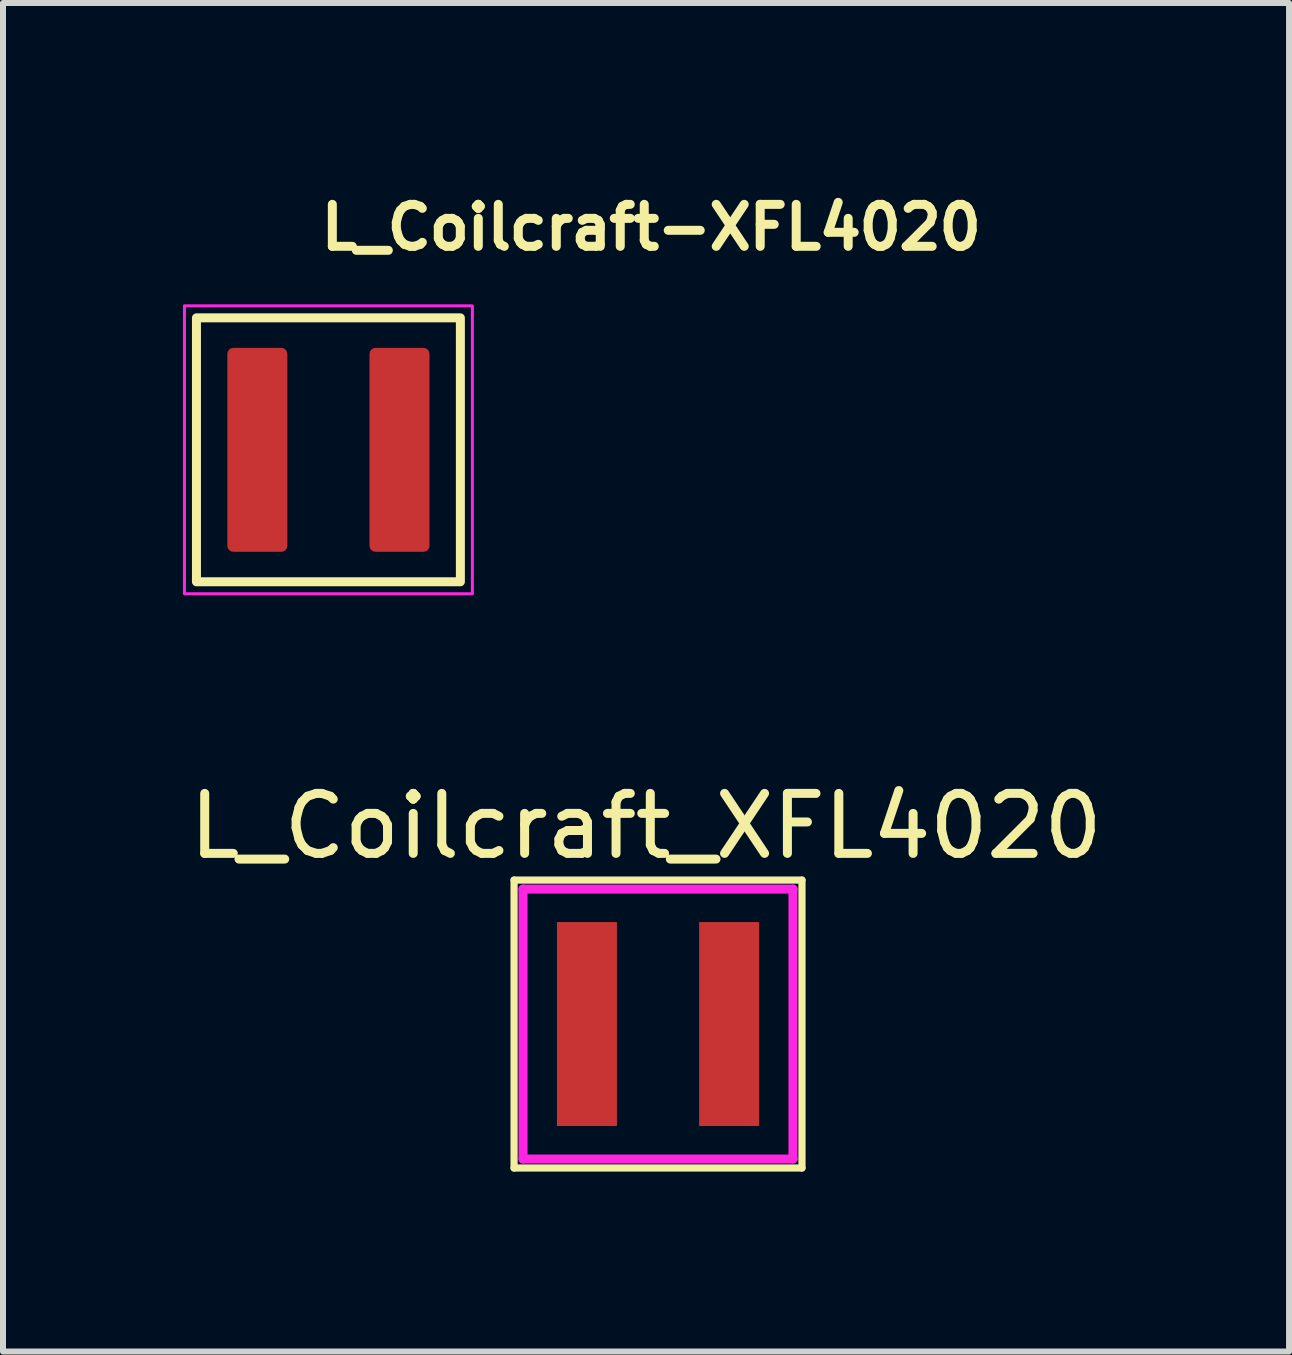
<source format=kicad_pcb>
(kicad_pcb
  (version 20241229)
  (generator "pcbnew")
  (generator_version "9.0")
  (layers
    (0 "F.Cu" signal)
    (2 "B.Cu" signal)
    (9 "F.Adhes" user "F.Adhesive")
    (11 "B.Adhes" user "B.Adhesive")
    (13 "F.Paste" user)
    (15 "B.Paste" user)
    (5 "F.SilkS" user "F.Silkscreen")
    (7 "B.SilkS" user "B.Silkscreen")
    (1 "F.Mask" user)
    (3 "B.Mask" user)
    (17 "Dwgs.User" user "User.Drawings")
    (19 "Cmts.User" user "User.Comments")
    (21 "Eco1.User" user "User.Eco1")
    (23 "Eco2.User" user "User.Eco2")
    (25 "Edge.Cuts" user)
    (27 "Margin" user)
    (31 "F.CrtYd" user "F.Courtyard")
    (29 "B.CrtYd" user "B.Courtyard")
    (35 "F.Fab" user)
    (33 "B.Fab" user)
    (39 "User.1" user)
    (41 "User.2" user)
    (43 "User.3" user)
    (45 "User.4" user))
  (footprint "L_Coilcraft-XFL4020"
    (layer "F.Cu")
    (at 2.425 4.449)
    (property "Reference" "L_Coilcraft-XFL4020" (at -0.2 -3.299 0) (layer "F.SilkS") (effects (font (size 0.7 0.7) (thickness 0.15)) (justify left bottom)))
    (attr smd)
    (fp_rect (start -2.2 -2.2) (end 2.2 2.2) (stroke (width 0.15) (type solid)) (fill no) (layer "F.SilkS"))
    (fp_rect (start -2.4 -2.4) (end 2.4 2.4) (stroke (width 0.05) (type solid)) (fill no) (layer "F.CrtYd"))
    (fp_rect (start -2.15 -2.15) (end 2.15 2.15) (stroke (width 0.1) (type solid)) (fill no) (layer "User.5"))
    (fp_line (start -2.15 -1.899) (end -2.15 1.899) (stroke (width 0.02) (type solid)) (layer "User.9"))
    (fp_line (start -2.15 -1.899) (end -2.149 -1.912) (stroke (width 0.02) (type solid)) (layer "User.9"))
    (fp_line (start -2.149 -1.912) (end -2.148 -1.924) (stroke (width 0.02) (type solid)) (layer "User.9"))
    (fp_line (start -2.149 1.912) (end -2.15 1.899) (stroke (width 0.02) (type solid)) (layer "User.9"))
    (fp_line (start -2.148 -1.924) (end -2.147 -1.936) (stroke (width 0.02) (type solid)) (layer "User.9"))
    (fp_line (start -2.148 1.924) (end -2.149 1.912) (stroke (width 0.02) (type solid)) (layer "User.9"))
    (fp_line (start -2.147 -1.936) (end -2.145 -1.949) (stroke (width 0.02) (type solid)) (layer "User.9"))
    (fp_line (start -2.147 1.936) (end -2.148 1.924) (stroke (width 0.02) (type solid)) (layer "User.9"))
    (fp_line (start -2.145 -1.949) (end -2.142 -1.96) (stroke (width 0.02) (type solid)) (layer "User.9"))
    (fp_line (start -2.145 1.949) (end -2.147 1.936) (stroke (width 0.02) (type solid)) (layer "User.9"))
    (fp_line (start -2.142 -1.96) (end -2.139 -1.972) (stroke (width 0.02) (type solid)) (layer "User.9"))
    (fp_line (start -2.142 1.96) (end -2.145 1.949) (stroke (width 0.02) (type solid)) (layer "User.9"))
    (fp_line (start -2.139 -1.972) (end -2.135 -1.984) (stroke (width 0.02) (type solid)) (layer "User.9"))
    (fp_line (start -2.139 1.972) (end -2.142 1.96) (stroke (width 0.02) (type solid)) (layer "User.9"))
    (fp_line (start -2.135 -1.984) (end -2.13 -1.995) (stroke (width 0.02) (type solid)) (layer "User.9"))
    (fp_line (start -2.135 1.984) (end -2.139 1.972) (stroke (width 0.02) (type solid)) (layer "User.9"))
    (fp_line (start -2.13 -1.995) (end -2.126 -2.006) (stroke (width 0.02) (type solid)) (layer "User.9"))
    (fp_line (start -2.13 1.995) (end -2.135 1.984) (stroke (width 0.02) (type solid)) (layer "User.9"))
    (fp_line (start -2.126 -2.006) (end -2.12 -2.016) (stroke (width 0.02) (type solid)) (layer "User.9"))
    (fp_line (start -2.126 2.006) (end -2.13 1.995) (stroke (width 0.02) (type solid)) (layer "User.9"))
    (fp_line (start -2.12 -2.016) (end -2.114 -2.028) (stroke (width 0.02) (type solid)) (layer "User.9"))
    (fp_line (start -2.12 2.016) (end -2.126 2.006) (stroke (width 0.02) (type solid)) (layer "User.9"))
    (fp_line (start -2.114 -2.028) (end -2.107 -2.038) (stroke (width 0.02) (type solid)) (layer "User.9"))
    (fp_line (start -2.114 2.028) (end -2.12 2.016) (stroke (width 0.02) (type solid)) (layer "User.9"))
    (fp_line (start -2.107 -2.038) (end -2.1 -2.048) (stroke (width 0.02) (type solid)) (layer "User.9"))
    (fp_line (start -2.107 2.038) (end -2.114 2.028) (stroke (width 0.02) (type solid)) (layer "User.9"))
    (fp_line (start -2.1 -2.048) (end -2.093 -2.058) (stroke (width 0.02) (type solid)) (layer "User.9"))
    (fp_line (start -2.1 2.048) (end -2.107 2.038) (stroke (width 0.02) (type solid)) (layer "User.9"))
    (fp_line (start -2.093 -2.058) (end -2.085 -2.067) (stroke (width 0.02) (type solid)) (layer "User.9"))
    (fp_line (start -2.093 2.058) (end -2.1 2.048) (stroke (width 0.02) (type solid)) (layer "User.9"))
    (fp_line (start -2.085 -2.067) (end -2.076 -2.076) (stroke (width 0.02) (type solid)) (layer "User.9"))
    (fp_line (start -2.085 2.067) (end -2.093 2.058) (stroke (width 0.02) (type solid)) (layer "User.9"))
    (fp_line (start -2.076 -2.076) (end -2.076 -2.076) (stroke (width 0.02) (type solid)) (layer "User.9"))
    (fp_line (start -2.076 -2.076) (end -2.067 -2.085) (stroke (width 0.02) (type solid)) (layer "User.9"))
    (fp_line (start -2.076 2.076) (end -2.085 2.067) (stroke (width 0.02) (type solid)) (layer "User.9"))
    (fp_line (start -2.076 2.076) (end -2.076 2.076) (stroke (width 0.02) (type solid)) (layer "User.9"))
    (fp_line (start -2.067 -2.085) (end -2.058 -2.093) (stroke (width 0.02) (type solid)) (layer "User.9"))
    (fp_line (start -2.067 2.085) (end -2.076 2.076) (stroke (width 0.02) (type solid)) (layer "User.9"))
    (fp_line (start -2.058 -2.093) (end -2.048 -2.1) (stroke (width 0.02) (type solid)) (layer "User.9"))
    (fp_line (start -2.058 2.093) (end -2.067 2.085) (stroke (width 0.02) (type solid)) (layer "User.9"))
    (fp_line (start -2.048 -2.1) (end -2.038 -2.107) (stroke (width 0.02) (type solid)) (layer "User.9"))
    (fp_line (start -2.048 2.1) (end -2.058 2.093) (stroke (width 0.02) (type solid)) (layer "User.9"))
    (fp_line (start -2.038 -2.107) (end -2.028 -2.114) (stroke (width 0.02) (type solid)) (layer "User.9"))
    (fp_line (start -2.038 2.107) (end -2.048 2.1) (stroke (width 0.02) (type solid)) (layer "User.9"))
    (fp_line (start -2.028 -2.114) (end -2.016 -2.12) (stroke (width 0.02) (type solid)) (layer "User.9"))
    (fp_line (start -2.028 2.114) (end -2.038 2.107) (stroke (width 0.02) (type solid)) (layer "User.9"))
    (fp_line (start -2.016 -2.12) (end -2.006 -2.126) (stroke (width 0.02) (type solid)) (layer "User.9"))
    (fp_line (start -2.016 2.12) (end -2.028 2.114) (stroke (width 0.02) (type solid)) (layer "User.9"))
    (fp_line (start -2.006 -2.126) (end -1.995 -2.13) (stroke (width 0.02) (type solid)) (layer "User.9"))
    (fp_line (start -2.006 2.126) (end -2.016 2.12) (stroke (width 0.02) (type solid)) (layer "User.9"))
    (fp_line (start -1.995 -2.13) (end -1.984 -2.135) (stroke (width 0.02) (type solid)) (layer "User.9"))
    (fp_line (start -1.995 2.13) (end -2.006 2.126) (stroke (width 0.02) (type solid)) (layer "User.9"))
    (fp_line (start -1.984 -2.135) (end -1.972 -2.139) (stroke (width 0.02) (type solid)) (layer "User.9"))
    (fp_line (start -1.984 2.135) (end -1.995 2.13) (stroke (width 0.02) (type solid)) (layer "User.9"))
    (fp_line (start -1.972 -2.139) (end -1.96 -2.142) (stroke (width 0.02) (type solid)) (layer "User.9"))
    (fp_line (start -1.972 2.139) (end -1.984 2.135) (stroke (width 0.02) (type solid)) (layer "User.9"))
    (fp_line (start -1.96 -2.142) (end -1.949 -2.145) (stroke (width 0.02) (type solid)) (layer "User.9"))
    (fp_line (start -1.96 2.142) (end -1.972 2.139) (stroke (width 0.02) (type solid)) (layer "User.9"))
    (fp_line (start -1.949 -2.145) (end -1.936 -2.147) (stroke (width 0.02) (type solid)) (layer "User.9"))
    (fp_line (start -1.949 2.145) (end -1.96 2.142) (stroke (width 0.02) (type solid)) (layer "User.9"))
    (fp_line (start -1.936 -2.147) (end -1.924 -2.148) (stroke (width 0.02) (type solid)) (layer "User.9"))
    (fp_line (start -1.936 2.147) (end -1.949 2.145) (stroke (width 0.02) (type solid)) (layer "User.9"))
    (fp_line (start -1.924 -2.148) (end -1.912 -2.149) (stroke (width 0.02) (type solid)) (layer "User.9"))
    (fp_line (start -1.924 2.148) (end -1.936 2.147) (stroke (width 0.02) (type solid)) (layer "User.9"))
    (fp_line (start -1.912 -2.149) (end -1.899 -2.15) (stroke (width 0.02) (type solid)) (layer "User.9"))
    (fp_line (start -1.912 2.149) (end -1.924 2.148) (stroke (width 0.02) (type solid)) (layer "User.9"))
    (fp_line (start -1.899 2.15) (end -1.912 2.149) (stroke (width 0.02) (type solid)) (layer "User.9"))
    (fp_line (start -1.899 2.15) (end 1.899 2.15) (stroke (width 0.02) (type solid)) (layer "User.9"))
    (fp_line (start -1.647 -1.5) (end -1.497 -1.5) (stroke (width 0.02) (type solid)) (layer "User.9"))
    (fp_line (start -1.647 1.5) (end -1.647 -1.5) (stroke (width 0.02) (type solid)) (layer "User.9"))
    (fp_line (start -1.497 -1.5) (end -1.497 1.5) (stroke (width 0.02) (type solid)) (layer "User.9"))
    (fp_line (start -1.497 1.5) (end -1.647 1.5) (stroke (width 0.02) (type solid)) (layer "User.9"))
    (fp_line (start 1.899 -2.15) (end -1.899 -2.15) (stroke (width 0.02) (type solid)) (layer "User.9"))
    (fp_line (start 1.899 -2.15) (end 1.912 -2.149) (stroke (width 0.02) (type solid)) (layer "User.9"))
    (fp_line (start 1.912 -2.149) (end 1.924 -2.148) (stroke (width 0.02) (type solid)) (layer "User.9"))
    (fp_line (start 1.912 2.149) (end 1.899 2.15) (stroke (width 0.02) (type solid)) (layer "User.9"))
    (fp_line (start 1.924 -2.148) (end 1.936 -2.147) (stroke (width 0.02) (type solid)) (layer "User.9"))
    (fp_line (start 1.924 2.148) (end 1.912 2.149) (stroke (width 0.02) (type solid)) (layer "User.9"))
    (fp_line (start 1.936 -2.147) (end 1.949 -2.145) (stroke (width 0.02) (type solid)) (layer "User.9"))
    (fp_line (start 1.936 2.147) (end 1.924 2.148) (stroke (width 0.02) (type solid)) (layer "User.9"))
    (fp_line (start 1.949 -2.145) (end 1.96 -2.142) (stroke (width 0.02) (type solid)) (layer "User.9"))
    (fp_line (start 1.949 2.145) (end 1.936 2.147) (stroke (width 0.02) (type solid)) (layer "User.9"))
    (fp_line (start 1.96 -2.142) (end 1.972 -2.139) (stroke (width 0.02) (type solid)) (layer "User.9"))
    (fp_line (start 1.96 2.142) (end 1.949 2.145) (stroke (width 0.02) (type solid)) (layer "User.9"))
    (fp_line (start 1.972 -2.139) (end 1.984 -2.135) (stroke (width 0.02) (type solid)) (layer "User.9"))
    (fp_line (start 1.972 2.139) (end 1.96 2.142) (stroke (width 0.02) (type solid)) (layer "User.9"))
    (fp_line (start 1.984 -2.135) (end 1.995 -2.13) (stroke (width 0.02) (type solid)) (layer "User.9"))
    (fp_line (start 1.984 2.135) (end 1.972 2.139) (stroke (width 0.02) (type solid)) (layer "User.9"))
    (fp_line (start 1.995 -2.13) (end 2.006 -2.126) (stroke (width 0.02) (type solid)) (layer "User.9"))
    (fp_line (start 1.995 2.13) (end 1.984 2.135) (stroke (width 0.02) (type solid)) (layer "User.9"))
    (fp_line (start 2.006 -2.126) (end 2.016 -2.12) (stroke (width 0.02) (type solid)) (layer "User.9"))
    (fp_line (start 2.006 2.126) (end 1.995 2.13) (stroke (width 0.02) (type solid)) (layer "User.9"))
    (fp_line (start 2.016 -2.12) (end 2.028 -2.114) (stroke (width 0.02) (type solid)) (layer "User.9"))
    (fp_line (start 2.016 2.12) (end 2.006 2.126) (stroke (width 0.02) (type solid)) (layer "User.9"))
    (fp_line (start 2.028 -2.114) (end 2.038 -2.107) (stroke (width 0.02) (type solid)) (layer "User.9"))
    (fp_line (start 2.028 2.114) (end 2.016 2.12) (stroke (width 0.02) (type solid)) (layer "User.9"))
    (fp_line (start 2.038 -2.107) (end 2.048 -2.1) (stroke (width 0.02) (type solid)) (layer "User.9"))
    (fp_line (start 2.038 2.107) (end 2.028 2.114) (stroke (width 0.02) (type solid)) (layer "User.9"))
    (fp_line (start 2.048 -2.1) (end 2.058 -2.093) (stroke (width 0.02) (type solid)) (layer "User.9"))
    (fp_line (start 2.048 2.1) (end 2.038 2.107) (stroke (width 0.02) (type solid)) (layer "User.9"))
    (fp_line (start 2.058 -2.093) (end 2.067 -2.085) (stroke (width 0.02) (type solid)) (layer "User.9"))
    (fp_line (start 2.058 2.093) (end 2.048 2.1) (stroke (width 0.02) (type solid)) (layer "User.9"))
    (fp_line (start 2.067 -2.085) (end 2.076 -2.076) (stroke (width 0.02) (type solid)) (layer "User.9"))
    (fp_line (start 2.067 2.085) (end 2.058 2.093) (stroke (width 0.02) (type solid)) (layer "User.9"))
    (fp_line (start 2.076 -2.076) (end 2.076 -2.076) (stroke (width 0.02) (type solid)) (layer "User.9"))
    (fp_line (start 2.076 -2.076) (end 2.085 -2.067) (stroke (width 0.02) (type solid)) (layer "User.9"))
    (fp_line (start 2.076 2.076) (end 2.067 2.085) (stroke (width 0.02) (type solid)) (layer "User.9"))
    (fp_line (start 2.076 2.076) (end 2.076 2.076) (stroke (width 0.02) (type solid)) (layer "User.9"))
    (fp_line (start 2.085 -2.067) (end 2.093 -2.058) (stroke (width 0.02) (type solid)) (layer "User.9"))
    (fp_line (start 2.085 2.067) (end 2.076 2.076) (stroke (width 0.02) (type solid)) (layer "User.9"))
    (fp_line (start 2.093 -2.058) (end 2.1 -2.048) (stroke (width 0.02) (type solid)) (layer "User.9"))
    (fp_line (start 2.093 2.058) (end 2.085 2.067) (stroke (width 0.02) (type solid)) (layer "User.9"))
    (fp_line (start 2.1 -2.048) (end 2.107 -2.038) (stroke (width 0.02) (type solid)) (layer "User.9"))
    (fp_line (start 2.1 2.048) (end 2.093 2.058) (stroke (width 0.02) (type solid)) (layer "User.9"))
    (fp_line (start 2.107 -2.038) (end 2.114 -2.028) (stroke (width 0.02) (type solid)) (layer "User.9"))
    (fp_line (start 2.107 2.038) (end 2.1 2.048) (stroke (width 0.02) (type solid)) (layer "User.9"))
    (fp_line (start 2.114 -2.028) (end 2.12 -2.016) (stroke (width 0.02) (type solid)) (layer "User.9"))
    (fp_line (start 2.114 2.028) (end 2.107 2.038) (stroke (width 0.02) (type solid)) (layer "User.9"))
    (fp_line (start 2.12 -2.016) (end 2.126 -2.006) (stroke (width 0.02) (type solid)) (layer "User.9"))
    (fp_line (start 2.12 2.016) (end 2.114 2.028) (stroke (width 0.02) (type solid)) (layer "User.9"))
    (fp_line (start 2.126 -2.006) (end 2.13 -1.995) (stroke (width 0.02) (type solid)) (layer "User.9"))
    (fp_line (start 2.126 2.006) (end 2.12 2.016) (stroke (width 0.02) (type solid)) (layer "User.9"))
    (fp_line (start 2.13 -1.995) (end 2.135 -1.984) (stroke (width 0.02) (type solid)) (layer "User.9"))
    (fp_line (start 2.13 1.995) (end 2.126 2.006) (stroke (width 0.02) (type solid)) (layer "User.9"))
    (fp_line (start 2.135 -1.984) (end 2.139 -1.972) (stroke (width 0.02) (type solid)) (layer "User.9"))
    (fp_line (start 2.135 1.984) (end 2.13 1.995) (stroke (width 0.02) (type solid)) (layer "User.9"))
    (fp_line (start 2.139 -1.972) (end 2.142 -1.96) (stroke (width 0.02) (type solid)) (layer "User.9"))
    (fp_line (start 2.139 1.972) (end 2.135 1.984) (stroke (width 0.02) (type solid)) (layer "User.9"))
    (fp_line (start 2.142 -1.96) (end 2.145 -1.949) (stroke (width 0.02) (type solid)) (layer "User.9"))
    (fp_line (start 2.142 1.96) (end 2.139 1.972) (stroke (width 0.02) (type solid)) (layer "User.9"))
    (fp_line (start 2.145 -1.949) (end 2.147 -1.936) (stroke (width 0.02) (type solid)) (layer "User.9"))
    (fp_line (start 2.145 1.949) (end 2.142 1.96) (stroke (width 0.02) (type solid)) (layer "User.9"))
    (fp_line (start 2.147 -1.936) (end 2.148 -1.924) (stroke (width 0.02) (type solid)) (layer "User.9"))
    (fp_line (start 2.147 1.936) (end 2.145 1.949) (stroke (width 0.02) (type solid)) (layer "User.9"))
    (fp_line (start 2.148 -1.924) (end 2.149 -1.912) (stroke (width 0.02) (type solid)) (layer "User.9"))
    (fp_line (start 2.148 1.924) (end 2.147 1.936) (stroke (width 0.02) (type solid)) (layer "User.9"))
    (fp_line (start 2.149 -1.912) (end 2.15 -1.899) (stroke (width 0.02) (type solid)) (layer "User.9"))
    (fp_line (start 2.149 1.912) (end 2.148 1.924) (stroke (width 0.02) (type solid)) (layer "User.9"))
    (fp_line (start 2.15 1.899) (end 2.149 1.912) (stroke (width 0.02) (type solid)) (layer "User.9"))
    (fp_line (start 2.15 1.899) (end 2.15 -1.899) (stroke (width 0.02) (type solid)) (layer "User.9"))
    (pad "1" smd roundrect (at -1.185 0) (size 1 3.4) (layers "F.Cu" "F.Mask" "F.Paste") (roundrect_rratio 0.1))
    (pad "2" smd roundrect (at 1.185 0) (size 1 3.4) (layers "F.Cu" "F.Mask" "F.Paste") (roundrect_rratio 0.1)))
  (footprint "L_Coilcraft_XFL4020"
    (layer "F.Cu")
    (at 7.92 14.022)
    (property "Reference" "L_Coilcraft_XFL4020" (at -0.2 -3.3 0) (layer "F.SilkS") (effects (font (size 1 1) (thickness 0.15))))
    (attr smd)
    (fp_line (start -2.4 -2.4) (end 2.4 -2.4) (stroke (width 0.12) (type solid)) (layer "F.SilkS"))
    (fp_line (start -2.4 2.4) (end -2.4 -2.4) (stroke (width 0.12) (type solid)) (layer "F.SilkS"))
    (fp_line (start 2.4 -2.4) (end 2.4 2.4) (stroke (width 0.12) (type solid)) (layer "F.SilkS"))
    (fp_line (start 2.4 2.4) (end -2.4 2.4) (stroke (width 0.12) (type solid)) (layer "F.SilkS"))
    (fp_line (start -2.25 -2.25) (end 2.25 -2.25) (stroke (width 0.15) (type solid)) (layer "F.CrtYd"))
    (fp_line (start -2.25 2.25) (end -2.25 -2.25) (stroke (width 0.15) (type solid)) (layer "F.CrtYd"))
    (fp_line (start 2.25 -2.25) (end 2.25 2.25) (stroke (width 0.15) (type solid)) (layer "F.CrtYd"))
    (fp_line (start 2.25 2.25) (end -2.25 2.25) (stroke (width 0.15) (type solid)) (layer "F.CrtYd"))
    (pad "1" smd rect (at -1.185 0) (size 1 3.4) (layers "F.Cu" "F.Mask" "F.Paste"))
    (pad "2" smd rect (at 1.185 0) (size 1 3.4) (layers "F.Cu" "F.Mask" "F.Paste")))
  (gr_rect
    (start -3 -3)
    (end 18.44 19.482)
    (stroke (width 0.1) (type default))
    (fill no)
    (layer "Edge.Cuts")))
</source>
